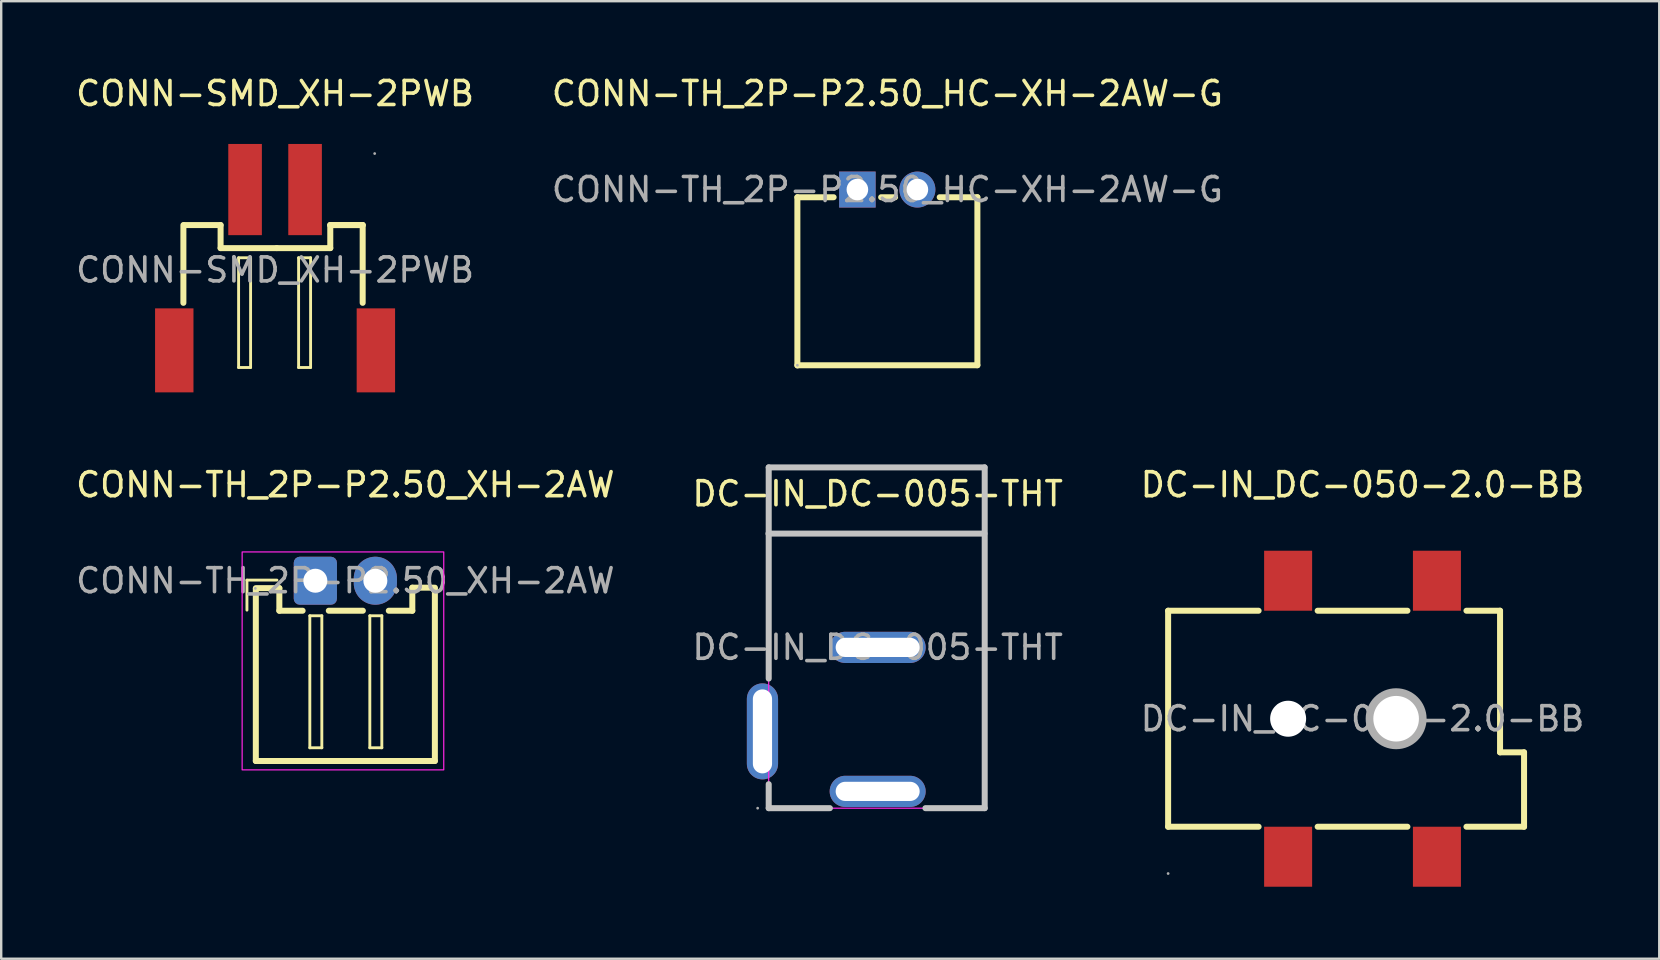
<source format=kicad_pcb>
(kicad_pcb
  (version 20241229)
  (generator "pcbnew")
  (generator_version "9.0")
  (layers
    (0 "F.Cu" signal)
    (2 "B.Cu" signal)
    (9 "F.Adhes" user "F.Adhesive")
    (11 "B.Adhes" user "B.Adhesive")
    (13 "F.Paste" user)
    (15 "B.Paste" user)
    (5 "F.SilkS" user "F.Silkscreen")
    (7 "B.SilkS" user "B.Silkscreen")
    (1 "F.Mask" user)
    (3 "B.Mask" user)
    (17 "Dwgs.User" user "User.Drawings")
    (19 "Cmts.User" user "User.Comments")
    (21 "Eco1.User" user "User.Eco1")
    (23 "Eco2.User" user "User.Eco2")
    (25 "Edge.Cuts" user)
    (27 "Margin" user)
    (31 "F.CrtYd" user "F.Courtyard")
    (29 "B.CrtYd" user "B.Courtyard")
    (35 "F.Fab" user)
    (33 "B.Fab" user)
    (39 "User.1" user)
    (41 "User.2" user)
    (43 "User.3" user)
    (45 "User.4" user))
  (footprint "CONN-TH_2P-P2.50_XH-2AW"
    (layer "F.Cu")
    (at 11.339 21.146)
    (property "Reference" "CONN-TH_2P-P2.50_XH-2AW" (at 0 -4 0) (layer "F.SilkS") (effects (font (size 1 1) (thickness 0.15))))
    (attr through_hole)
    (fp_line (start -4.1 -0.025) (end -4.1 1.225) (stroke (width 0.12) (type solid)) (layer "F.SilkS"))
    (fp_line (start -3.73 0.34) (end -3.73 7.51) (stroke (width 0.25) (type solid)) (layer "F.SilkS"))
    (fp_line (start -2.85 -0.025) (end -4.1 -0.025) (stroke (width 0.12) (type solid)) (layer "F.SilkS"))
    (fp_line (start -2.75 0.31) (end -3.73 0.31) (stroke (width 0.25) (type solid)) (layer "F.SilkS"))
    (fp_line (start -2.75 1.25) (end -2.75 0.31) (stroke (width 0.25) (type solid)) (layer "F.SilkS"))
    (fp_line (start -1.78 1.25) (end -2.75 1.25) (stroke (width 0.25) (type solid)) (layer "F.SilkS"))
    (fp_line (start -1.48 1.46) (end -1.48 6.96) (stroke (width 0.12) (type solid)) (layer "F.SilkS"))
    (fp_line (start -1.48 6.96) (end -0.98 6.96) (stroke (width 0.12) (type solid)) (layer "F.SilkS"))
    (fp_line (start -0.98 1.46) (end -1.48 1.46) (stroke (width 0.12) (type solid)) (layer "F.SilkS"))
    (fp_line (start -0.98 6.96) (end -0.98 1.46) (stroke (width 0.12) (type solid)) (layer "F.SilkS"))
    (fp_line (start 0.73 1.25) (end -0.69 1.25) (stroke (width 0.25) (type solid)) (layer "F.SilkS"))
    (fp_line (start 1.02 1.46) (end 1.02 6.96) (stroke (width 0.12) (type solid)) (layer "F.SilkS"))
    (fp_line (start 1.02 6.96) (end 1.52 6.96) (stroke (width 0.12) (type solid)) (layer "F.SilkS"))
    (fp_line (start 1.52 1.46) (end 1.02 1.46) (stroke (width 0.12) (type solid)) (layer "F.SilkS"))
    (fp_line (start 1.52 6.96) (end 1.52 1.46) (stroke (width 0.12) (type solid)) (layer "F.SilkS"))
    (fp_line (start 2.79 0.29) (end 2.79 1.25) (stroke (width 0.25) (type solid)) (layer "F.SilkS"))
    (fp_line (start 2.79 1.25) (end 1.81 1.25) (stroke (width 0.25) (type solid)) (layer "F.SilkS"))
    (fp_line (start 3.73 0.29) (end 2.79 0.29) (stroke (width 0.25) (type solid)) (layer "F.SilkS"))
    (fp_line (start 3.73 0.34) (end 3.73 7.51) (stroke (width 0.25) (type solid)) (layer "F.SilkS"))
    (fp_line (start 3.73 7.51) (end -3.73 7.51) (stroke (width 0.25) (type solid)) (layer "F.SilkS"))
    (fp_poly (pts (xy -4.3 -1.2) (xy 4.1 -1.2) (xy 4.1 7.881) (xy -4.3 7.881)) (stroke (width 0.05) (type solid)) (fill no) (layer "F.CrtYd"))
    (fp_circle (center -3.75 0.32) (end -3.72 0.32) (stroke (width 0.06) (type solid)) (fill no) (layer "F.Fab"))
    (fp_text user "${REFERENCE}" (at 0 0 0) (layer "F.Fab") (effects (font (size 1 1) (thickness 0.15))))
    (pad "1" thru_hole roundrect (at -1.25 0) (size 1.8 2) (drill 1) (layers "*.Cu" "*.Mask") (roundrect_rratio 0.139))
    (pad "2" thru_hole oval (at 1.25 0) (size 1.8 2) (drill 1) (layers "*.Cu" "*.Mask")))
  (footprint "CONN-SMD_XH-2PWB"
    (layer "F.Cu")
    (at 8.411 8.198)
    (property "Reference" "CONN-SMD_XH-2PWB" (at 0 -7.35 0) (layer "F.SilkS") (effects (font (size 1 1) (thickness 0.15))))
    (attr smd)
    (fp_line (start -3.82 1.37) (end -3.82 -1.87) (stroke (width 0.25) (type solid)) (layer "F.SilkS"))
    (fp_line (start -2.27 -1.87) (end -3.79 -1.87) (stroke (width 0.25) (type solid)) (layer "F.SilkS"))
    (fp_line (start -2.27 -0.91) (end -2.27 -1.87) (stroke (width 0.25) (type solid)) (layer "F.SilkS"))
    (fp_line (start -1.52 -0.508) (end -1.52 4.064) (stroke (width 0.12) (type solid)) (layer "F.SilkS"))
    (fp_line (start -1.52 4.064) (end -1.02 4.064) (stroke (width 0.12) (type solid)) (layer "F.SilkS"))
    (fp_line (start -1.02 -0.508) (end -1.52 -0.508) (stroke (width 0.12) (type solid)) (layer "F.SilkS"))
    (fp_line (start -1.02 4.064) (end -1.02 -0.508) (stroke (width 0.12) (type solid)) (layer "F.SilkS"))
    (fp_line (start 0.07 -0.91) (end -2.27 -0.91) (stroke (width 0.25) (type solid)) (layer "F.SilkS"))
    (fp_line (start 0.98 -0.508) (end 0.98 4.064) (stroke (width 0.12) (type solid)) (layer "F.SilkS"))
    (fp_line (start 0.98 4.064) (end 1.48 4.064) (stroke (width 0.12) (type solid)) (layer "F.SilkS"))
    (fp_line (start 1.48 -0.508) (end 0.98 -0.508) (stroke (width 0.12) (type solid)) (layer "F.SilkS"))
    (fp_line (start 1.48 4.064) (end 1.48 -0.508) (stroke (width 0.12) (type solid)) (layer "F.SilkS"))
    (fp_line (start 2.3 -1.87) (end 2.3 -0.91) (stroke (width 0.25) (type solid)) (layer "F.SilkS"))
    (fp_line (start 2.3 -0.91) (end 0.07 -0.91) (stroke (width 0.25) (type solid)) (layer "F.SilkS"))
    (fp_line (start 3.65 -1.87) (end 2.3 -1.87) (stroke (width 0.25) (type solid)) (layer "F.SilkS"))
    (fp_line (start 3.65 -1.87) (end 2.3 -1.87) (stroke (width 0.25) (type solid)) (layer "F.SilkS"))
    (fp_line (start 3.65 1.37) (end 3.65 -1.87) (stroke (width 0.25) (type solid)) (layer "F.SilkS"))
    (fp_circle (center 4.15 -4.85) (end 4.18 -4.85) (stroke (width 0.06) (type solid)) (fill no) (layer "F.Fab"))
    (fp_text user "${REFERENCE}" (at 0 0 0) (layer "F.Fab") (effects (font (size 1 1) (thickness 0.15))))
    (pad "1" smd rect (at 1.25 -3.35 180) (size 1.4 3.8) (layers "F.Cu" "F.Mask" "F.Paste"))
    (pad "2" smd rect (at -1.25 -3.35 180) (size 1.4 3.8) (layers "F.Cu" "F.Mask" "F.Paste"))
    (pad "3" smd rect (at 4.2 3.35 180) (size 1.6 3.5) (layers "F.Cu" "F.Mask" "F.Paste"))
    (pad "4" smd rect (at -4.2 3.35 180) (size 1.6 3.5) (layers "F.Cu" "F.Mask" "F.Paste")))
  (footprint "CONN-TH_2P-P2.50_HC-XH-2AW-G"
    (layer "F.Cu")
    (at 33.923 4.848)
    (property "Reference" "CONN-TH_2P-P2.50_HC-XH-2AW-G" (at 0 -4 0) (layer "F.SilkS") (effects (font (size 1 1) (thickness 0.15))))
    (attr through_hole)
    (fp_line (start -3.75 7.33) (end -3.75 0.32) (stroke (width 0.25) (type solid)) (layer "F.SilkS"))
    (fp_line (start -2.24 0.32) (end -3.75 0.32) (stroke (width 0.25) (type solid)) (layer "F.SilkS"))
    (fp_line (start 0.32 0.32) (end -0.26 0.32) (stroke (width 0.25) (type solid)) (layer "F.SilkS"))
    (fp_line (start 3.75 0.32) (end 2.18 0.32) (stroke (width 0.25) (type solid)) (layer "F.SilkS"))
    (fp_line (start 3.75 7.32) (end -3.75 7.32) (stroke (width 0.25) (type solid)) (layer "F.SilkS"))
    (fp_line (start 3.75 7.32) (end 3.75 0.32) (stroke (width 0.25) (type solid)) (layer "F.SilkS"))
    (fp_circle (center -3.75 7.32) (end -3.72 7.32) (stroke (width 0.06) (type solid)) (fill no) (layer "F.Fab"))
    (fp_text user "${REFERENCE}" (at 0 0 0) (layer "F.Fab") (effects (font (size 1 1) (thickness 0.15))))
    (pad "1" thru_hole rect (at -1.25 0) (size 1.52 1.5) (drill 0.9) (layers "*.Cu" "*.Mask"))
    (pad "2" thru_hole circle (at 1.25 0) (size 1.5 1.5) (drill 0.9) (layers "*.Cu" "*.Mask")))
  (footprint "DC-IN_DC-005-THT"
    (layer "F.Cu")
    (at 33.518 23.923)
    (property "Reference" "DC-IN_DC-005-THT" (at 0 -6.4 0) (layer "F.SilkS") (effects (font (size 1 1) (thickness 0.15))))
    (attr through_hole)
    (fp_line (start -4.54 -7.5) (end -4.54 1.3) (stroke (width 0.2) (type solid)) (layer "F.SilkS"))
    (fp_line (start -4.54 6.7) (end -4.54 5.7) (stroke (width 0.2) (type solid)) (layer "F.SilkS"))
    (fp_line (start -1.99 6.7) (end -4.54 6.7) (stroke (width 0.2) (type solid)) (layer "F.SilkS"))
    (fp_line (start 4.45 -7.5) (end 4.45 6.7) (stroke (width 0.2) (type solid)) (layer "F.SilkS"))
    (fp_line (start 4.455 -7.5) (end -4.535 -7.5) (stroke (width 0.2) (type solid)) (layer "F.SilkS"))
    (fp_line (start 4.46 6.7) (end 1.99 6.7) (stroke (width 0.2) (type solid)) (layer "F.SilkS"))
    (fp_line (start -4.54 -7.5) (end -4.54 1.3) (stroke (width 0.25) (type solid)) (layer "Dwgs.User"))
    (fp_line (start -4.54 6.7) (end -4.54 5.7) (stroke (width 0.25) (type solid)) (layer "Dwgs.User"))
    (fp_line (start -1.99 6.7) (end -4.54 6.7) (stroke (width 0.25) (type solid)) (layer "Dwgs.User"))
    (fp_line (start 4.45 -7.5) (end -4.54 -7.5) (stroke (width 0.25) (type solid)) (layer "Dwgs.User"))
    (fp_line (start 4.45 -4.74) (end -4.55 -4.74) (stroke (width 0.25) (type solid)) (layer "Dwgs.User"))
    (fp_line (start 4.46 -7.5) (end 4.46 6.7) (stroke (width 0.25) (type solid)) (layer "Dwgs.User"))
    (fp_line (start 4.46 6.7) (end 1.99 6.7) (stroke (width 0.25) (type solid)) (layer "Dwgs.User"))
    (fp_rect (start -4.54 -7.5) (end 4.46 6.7) (stroke (width 0.05) (type default)) (fill no) (layer "F.CrtYd"))
    (fp_circle (center -5 6.7) (end -5 6.73) (stroke (width 0.06) (type solid)) (fill no) (layer "F.Fab"))
    (fp_text user "${REFERENCE}" (at 0 0 0) (layer "F.Fab") (effects (font (size 1 1) (thickness 0.15))))
    (pad "2" thru_hole oval (at -4.8 3.5 270) (size 4 1.3) (drill oval 3.5 0.8) (layers "*.Cu" "*.Mask"))
    (pad "3" thru_hole oval (at 0 0 180) (size 4 1.3) (drill oval 3.5 0.8) (layers "*.Cu" "*.Mask"))
    (pad "4" thru_hole oval (at 0 6) (size 4 1.3) (drill oval 3.5 0.8) (layers "*.Cu" "*.Mask")))
  (footprint "DC-IN_DC-050-2.0-BB"
    (layer "F.Cu")
    (at 53.72 26.896)
    (property "Reference" "DC-IN_DC-050-2.0-BB" (at 0 -9.75 0) (layer "F.SilkS") (effects (font (size 1 1) (thickness 0.15))))
    (attr smd)
    (fp_line (start -8.1 -4.5) (end -8.1 4.5) (stroke (width 0.25) (type solid)) (layer "F.SilkS"))
    (fp_line (start -8.1 -4.5) (end -4.33 -4.5) (stroke (width 0.25) (type solid)) (layer "F.SilkS"))
    (fp_line (start -8.1 4.5) (end -4.33 4.5) (stroke (width 0.25) (type solid)) (layer "F.SilkS"))
    (fp_line (start -1.87 -4.5) (end 1.87 -4.5) (stroke (width 0.25) (type solid)) (layer "F.SilkS"))
    (fp_line (start -1.87 4.5) (end 1.87 4.5) (stroke (width 0.25) (type solid)) (layer "F.SilkS"))
    (fp_line (start 4.33 4.5) (end 6.73 4.5) (stroke (width 0.25) (type solid)) (layer "F.SilkS"))
    (fp_line (start 5.73 -4.5) (end 4.33 -4.5) (stroke (width 0.25) (type solid)) (layer "F.SilkS"))
    (fp_line (start 5.73 1.4) (end 5.73 -4.5) (stroke (width 0.25) (type solid)) (layer "F.SilkS"))
    (fp_line (start 6.73 1.4) (end 5.73 1.4) (stroke (width 0.25) (type solid)) (layer "F.SilkS"))
    (fp_line (start 6.73 4.5) (end 6.73 1.4) (stroke (width 0.25) (type solid)) (layer "F.SilkS"))
    (fp_circle (center -3.1 0) (end -2.8 0) (stroke (width 0.6) (type solid)) (fill no) (layer "Cmts.User"))
    (fp_circle (center 1.4 0) (end 1.78 0) (stroke (width 0.75) (type solid)) (fill no) (layer "Cmts.User"))
    (fp_circle (center -8.1 6.45) (end -8.07 6.45) (stroke (width 0.06) (type solid)) (fill no) (layer "F.Fab"))
    (fp_circle (center -3.1 0) (end -2.77 0) (stroke (width 0.65) (type solid)) (fill no) (layer "F.Fab"))
    (fp_circle (center 1.4 0) (end 1.82 0) (stroke (width 0.85) (type solid)) (fill no) (layer "F.Fab"))
    (fp_text user "${REFERENCE}" (at 0 0 0) (layer "F.Fab") (effects (font (size 1 1) (thickness 0.15))))
    (pad "" np_thru_hole circle (at -3.1 0) (size 1.5 1.5) (drill 1.5) (layers "*.Cu" "*.Mask"))
    (pad "" np_thru_hole circle (at 1.4 0) (size 1.9 1.9) (drill 1.9) (layers "*.Cu" "*.Mask"))
    (pad "1" smd rect (at -3.1 -5.75) (size 2 2.5) (layers "F.Cu" "F.Mask" "F.Paste"))
    (pad "1" smd rect (at 3.1 -5.75) (size 2 2.5) (layers "F.Cu" "F.Mask" "F.Paste"))
    (pad "2" smd rect (at -3.1 5.75) (size 2 2.5) (layers "F.Cu" "F.Mask" "F.Paste"))
    (pad "3" smd rect (at 3.1 5.75) (size 2 2.5) (layers "F.Cu" "F.Mask" "F.Paste")))
  (gr_rect
    (start -3 -3)
    (end 66.083 36.897)
    (stroke (width 0.1) (type default))
    (fill no)
    (layer "Edge.Cuts")))
</source>
